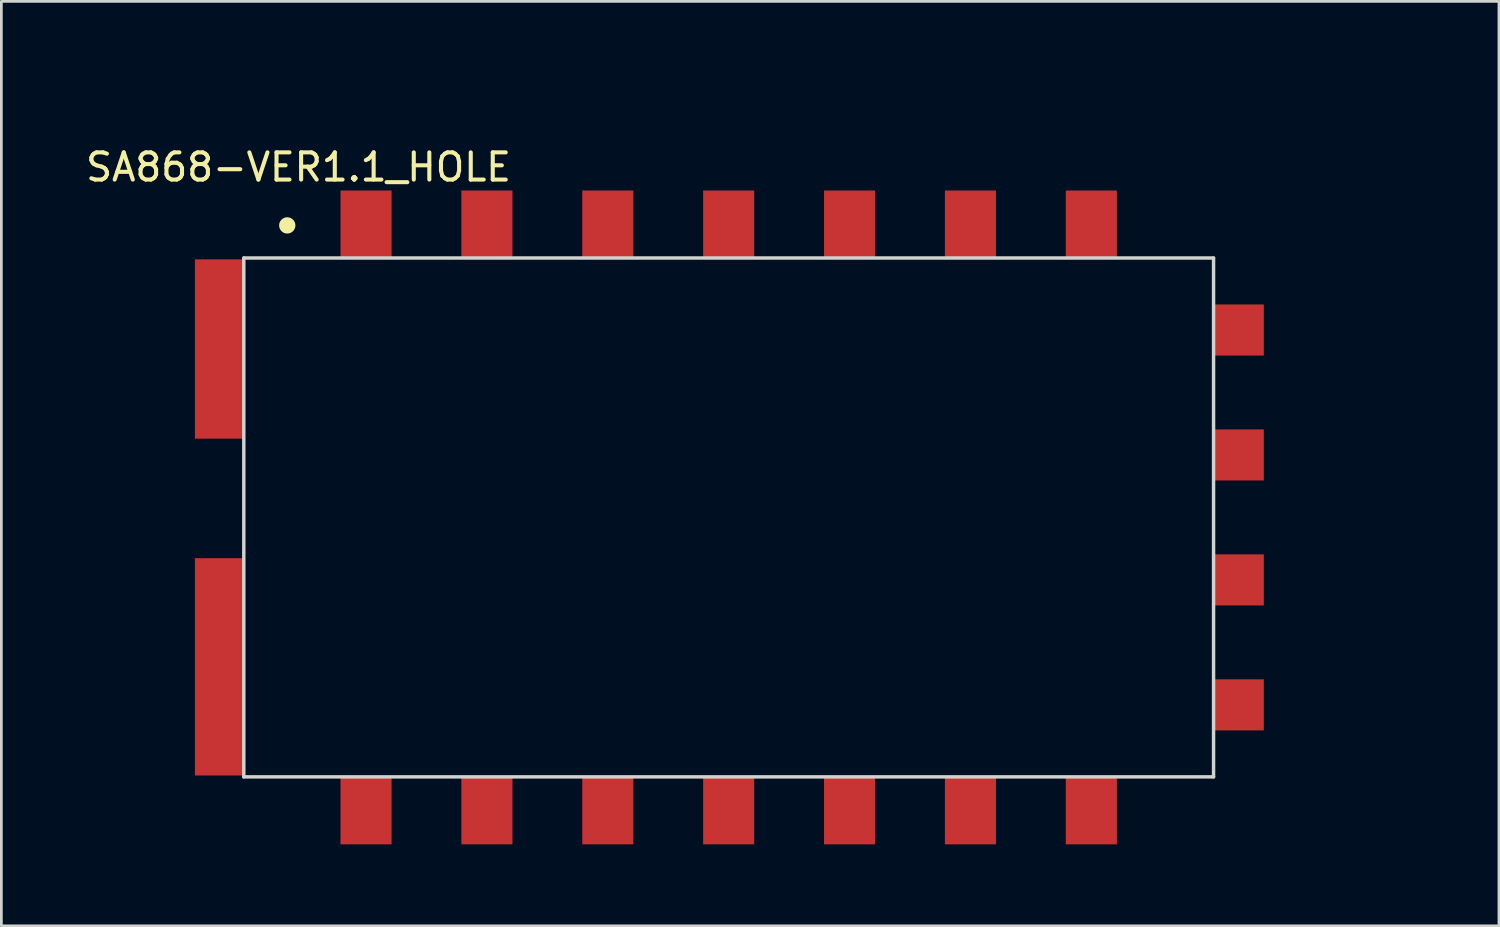
<source format=kicad_pcb>
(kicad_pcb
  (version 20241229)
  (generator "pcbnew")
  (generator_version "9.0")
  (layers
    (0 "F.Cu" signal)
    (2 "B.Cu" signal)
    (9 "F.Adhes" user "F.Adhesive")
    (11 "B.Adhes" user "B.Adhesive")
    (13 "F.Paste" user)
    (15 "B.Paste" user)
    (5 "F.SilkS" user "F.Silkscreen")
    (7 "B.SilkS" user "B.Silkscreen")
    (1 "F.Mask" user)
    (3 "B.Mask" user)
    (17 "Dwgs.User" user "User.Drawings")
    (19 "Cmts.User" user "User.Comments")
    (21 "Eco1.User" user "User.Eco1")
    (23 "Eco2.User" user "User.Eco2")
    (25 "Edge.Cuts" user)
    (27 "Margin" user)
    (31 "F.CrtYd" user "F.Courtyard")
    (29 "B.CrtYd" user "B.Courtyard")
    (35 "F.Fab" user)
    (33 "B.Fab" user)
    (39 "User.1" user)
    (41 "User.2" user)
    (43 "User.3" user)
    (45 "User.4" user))
  (footprint "SA868-VER1.1_HOLE"
    (layer "F.Cu")
    (at 23.775 15.998)
    (property "Reference" "SA868-VER1.1_HOLE" (at -15.835 -12.893 0) (layer "F.SilkS") (effects (font (size 1.001 1.001) (thickness 0.15))))
    (attr smd)
    (fp_circle (center -16.25 -10.75) (end -16.1 -10.75) (stroke (width 0.3) (type solid)) (fill no) (layer "F.SilkS"))
    (fp_line (start -17.85 -9.55) (end 17.85 -9.55) (stroke (width 0.127) (type solid)) (layer "Edge.Cuts"))
    (fp_line (start -17.85 9.55) (end -17.85 -9.55) (stroke (width 0.127) (type solid)) (layer "Edge.Cuts"))
    (fp_line (start 17.85 -9.55) (end 17.85 9.55) (stroke (width 0.127) (type solid)) (layer "Edge.Cuts"))
    (fp_line (start 17.85 9.55) (end -17.85 9.55) (stroke (width 0.127) (type solid)) (layer "Edge.Cuts"))
    (dimension (type aligned) (layer "User.1") (pts (xy 5.925 6.448) (xy 41.625 6.448)) (height -4.45) (format (prefix "") (suffix "") (units 3) (units_format 1) (precision 1)) (style (thickness 0.1) (arrow_length 1.27) (text_position_mode 0) (arrow_direction outward) (extension_height 0.586) (extension_offset 0.5) (keep_text_aligned yes)) (gr_text "35.7 mm" (at 23.775 0.848 0) (layer "User.1") (effects (font (size 1 1) (thickness 0.15)))))
    (dimension (type aligned) (layer "User.1") (pts (xy 41.625 6.448) (xy 41.625 25.548)) (height -5.15) (format (prefix "") (suffix "") (units 3) (units_format 1) (precision 1)) (style (thickness 0.1) (arrow_length 1.27) (text_position_mode 0) (arrow_direction outward) (extension_height 0.586) (extension_offset 0.5) (keep_text_aligned yes)) (gr_text "19.1 mm" (at 45.625 15.998 90) (layer "User.1") (effects (font (size 1 1) (thickness 0.15)))))
    (pad "1" smd rect (at -13.35 -10.8 90) (size 2.47 1.88) (layers "F.Cu" "F.Mask" "F.Paste"))
    (pad "2" smd rect (at -8.9 -10.8 90) (size 2.47 1.88) (layers "F.Cu" "F.Mask" "F.Paste"))
    (pad "3" smd rect (at -4.45 -10.8 90) (size 2.47 1.88) (layers "F.Cu" "F.Mask" "F.Paste"))
    (pad "4" smd rect (at 0 -10.8 90) (size 2.47 1.88) (layers "F.Cu" "F.Mask" "F.Paste"))
    (pad "5" smd rect (at 4.45 -10.8 90) (size 2.47 1.88) (layers "F.Cu" "F.Mask" "F.Paste"))
    (pad "6" smd rect (at 8.9 -10.8 90) (size 2.47 1.88) (layers "F.Cu" "F.Mask" "F.Paste"))
    (pad "7" smd rect (at 13.35 -10.8 90) (size 2.47 1.88) (layers "F.Cu" "F.Mask" "F.Paste"))
    (pad "8" smd rect (at 18.8 -6.9) (size 1.8 1.88) (layers "F.Cu" "F.Mask" "F.Paste"))
    (pad "9" smd rect (at 18.8 -2.3) (size 1.8 1.88) (layers "F.Cu" "F.Mask" "F.Paste"))
    (pad "10" smd rect (at 18.8 2.3) (size 1.8 1.88) (layers "F.Cu" "F.Mask" "F.Paste"))
    (pad "11" smd rect (at 18.8 6.9) (size 1.8 1.88) (layers "F.Cu" "F.Mask" "F.Paste"))
    (pad "12" smd rect (at 13.35 10.8 270) (size 2.47 1.88) (layers "F.Cu" "F.Mask" "F.Paste"))
    (pad "13" smd rect (at 8.9 10.8 270) (size 2.47 1.88) (layers "F.Cu" "F.Mask" "F.Paste"))
    (pad "14" smd rect (at 4.45 10.8 90) (size 2.47 1.88) (layers "F.Cu" "F.Mask" "F.Paste"))
    (pad "15" smd rect (at 0 10.8 90) (size 2.47 1.88) (layers "F.Cu" "F.Mask" "F.Paste"))
    (pad "16" smd rect (at -4.45 10.8 90) (size 2.47 1.88) (layers "F.Cu" "F.Mask" "F.Paste"))
    (pad "17" smd rect (at -8.9 10.8 90) (size 2.47 1.88) (layers "F.Cu" "F.Mask" "F.Paste"))
    (pad "18" smd rect (at -13.35 10.8 90) (size 2.47 1.88) (layers "F.Cu" "F.Mask" "F.Paste"))
    (pad "19" smd rect (at -18.75 5.5 90) (size 8 1.8) (layers "F.Cu" "F.Mask" "F.Paste"))
    (pad "20" smd rect (at -18.75 -6.2 90) (size 6.6 1.8) (layers "F.Cu" "F.Mask" "F.Paste")))
  (gr_rect
    (start -3 -3)
    (end 52.131 31.033)
    (stroke (width 0.1) (type default))
    (fill no)
    (layer "Edge.Cuts")))
</source>
